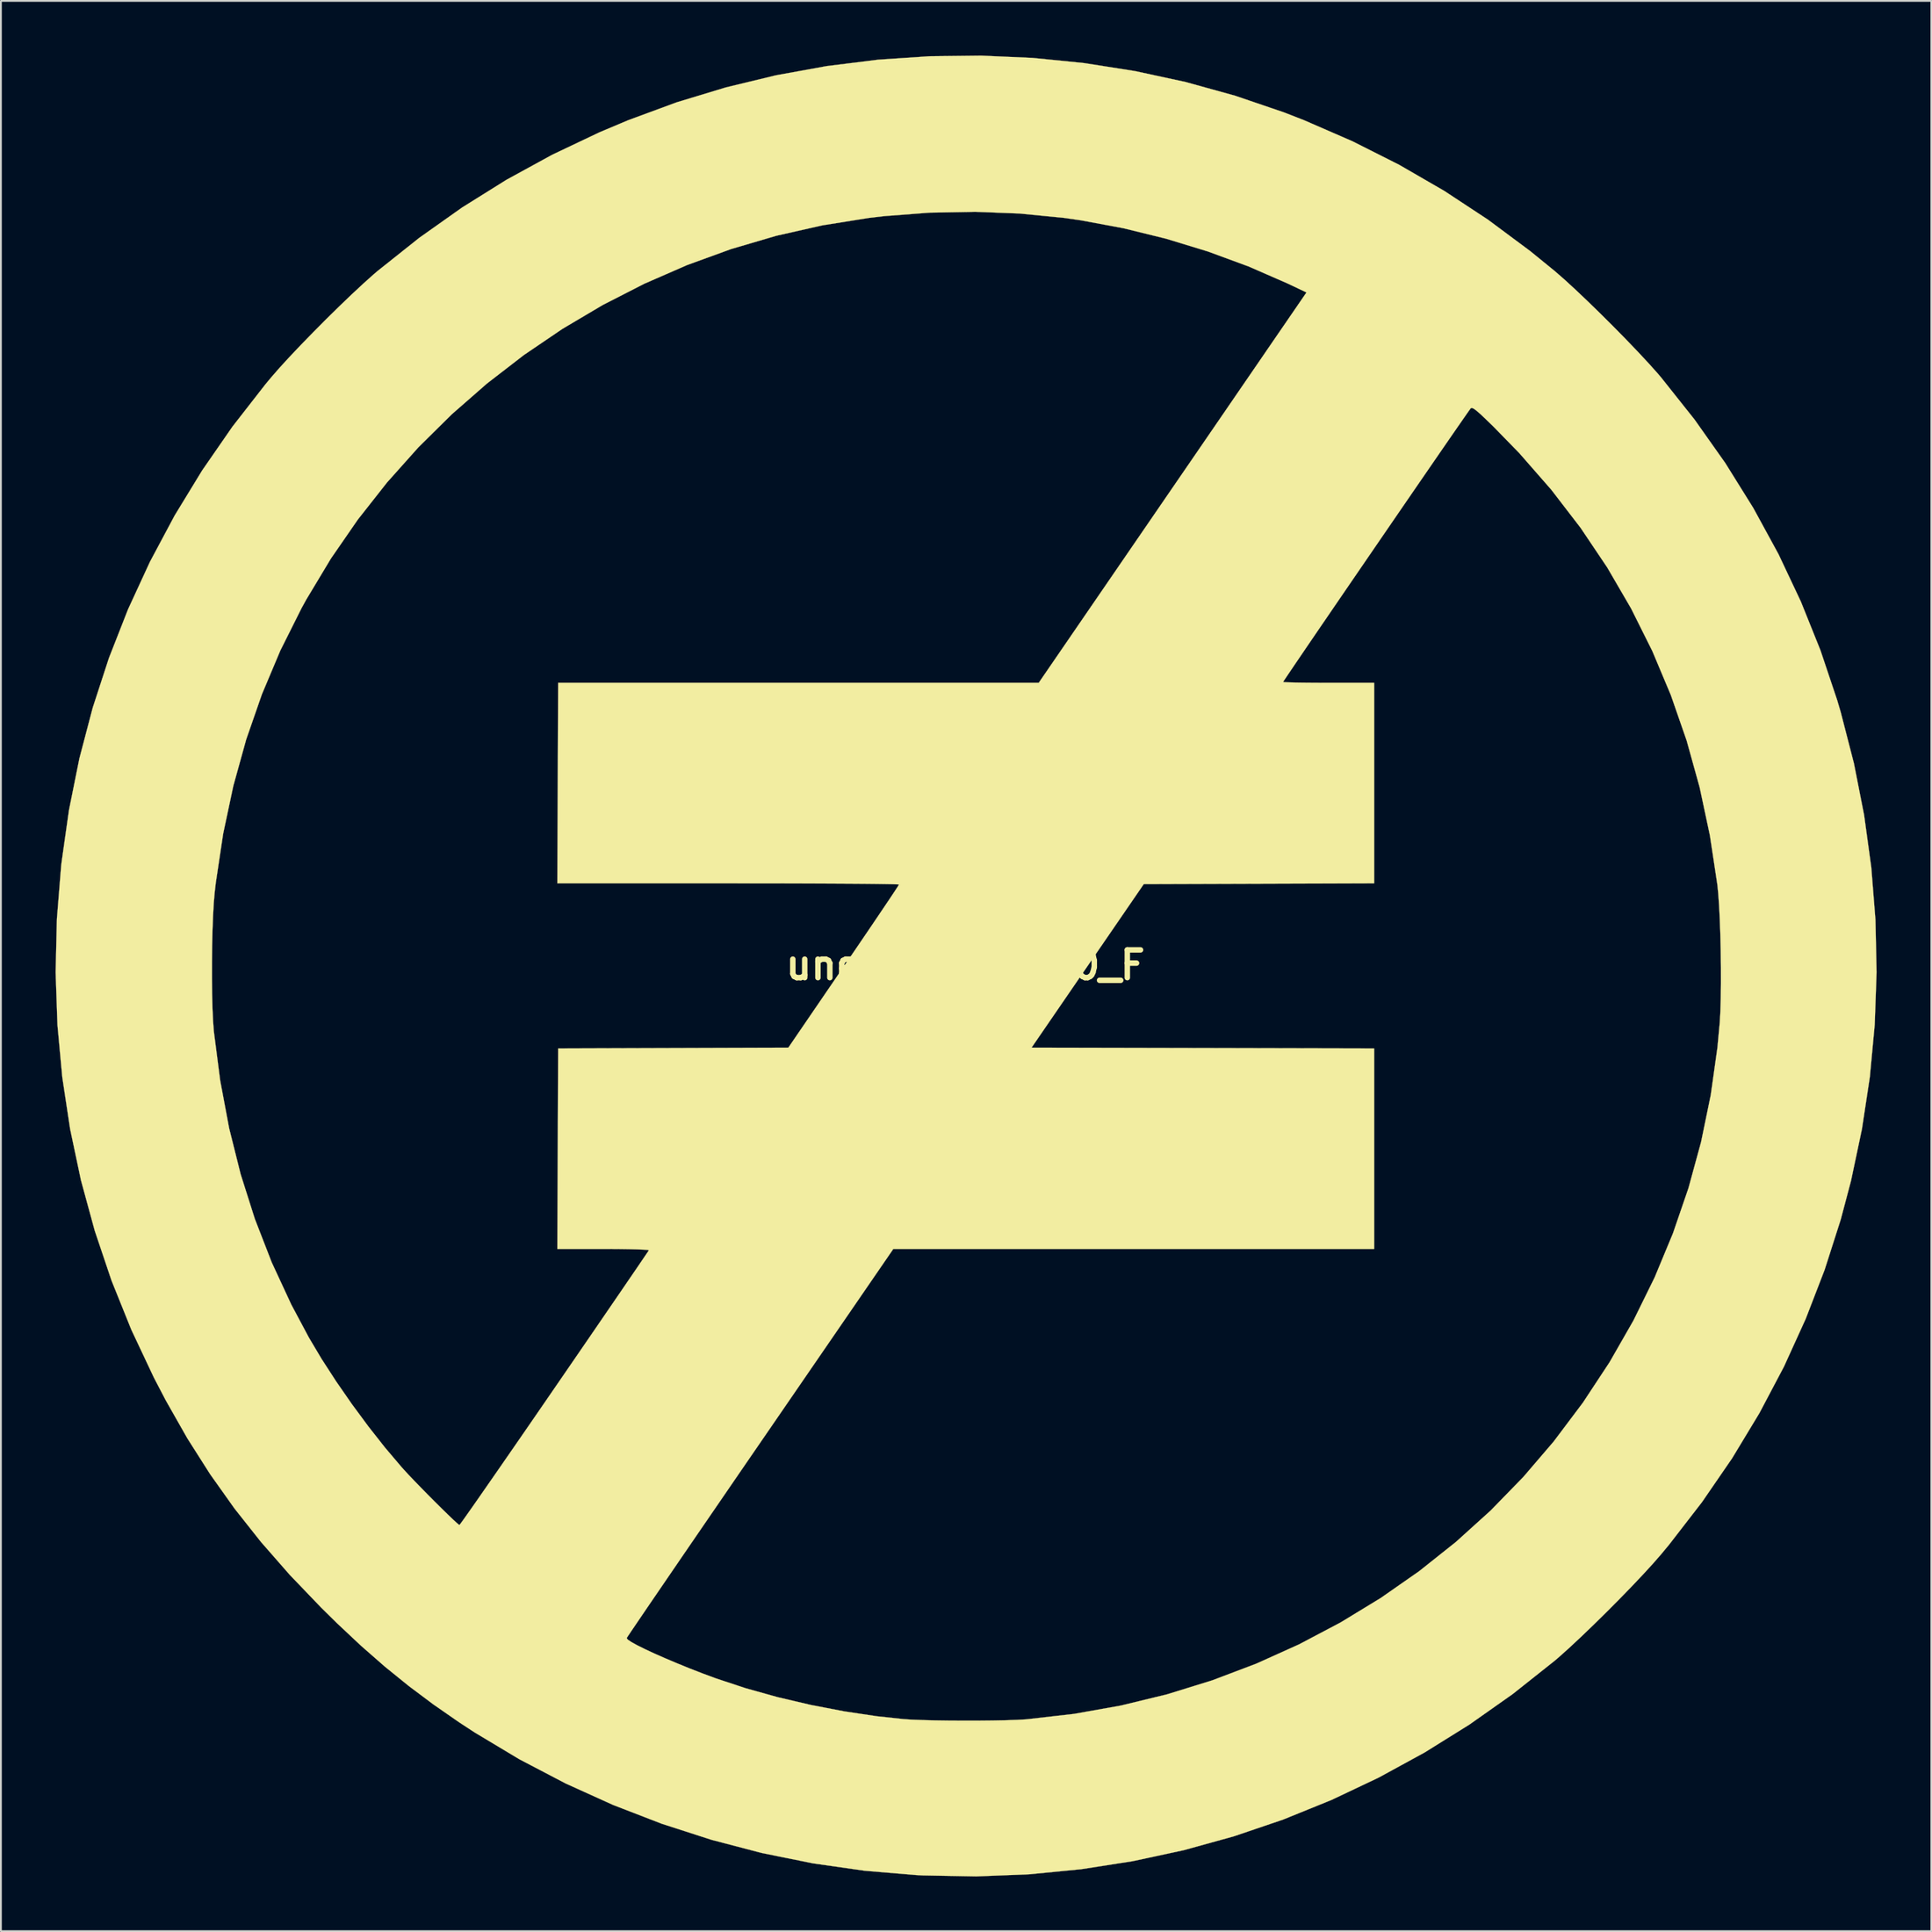
<source format=kicad_pcb>
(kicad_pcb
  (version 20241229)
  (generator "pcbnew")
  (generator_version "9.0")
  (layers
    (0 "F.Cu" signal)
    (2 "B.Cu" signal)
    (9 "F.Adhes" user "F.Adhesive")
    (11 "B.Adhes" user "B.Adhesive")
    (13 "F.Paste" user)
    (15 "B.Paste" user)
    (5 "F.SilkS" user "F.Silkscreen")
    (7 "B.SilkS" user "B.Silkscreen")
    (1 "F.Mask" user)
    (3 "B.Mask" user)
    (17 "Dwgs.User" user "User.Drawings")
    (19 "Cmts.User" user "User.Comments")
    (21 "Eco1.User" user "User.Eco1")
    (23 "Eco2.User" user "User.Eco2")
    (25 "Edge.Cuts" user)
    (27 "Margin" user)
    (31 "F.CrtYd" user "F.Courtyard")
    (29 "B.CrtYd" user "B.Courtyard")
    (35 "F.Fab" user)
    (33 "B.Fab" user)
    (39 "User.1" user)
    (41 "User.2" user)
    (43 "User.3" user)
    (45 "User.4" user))
  (footprint "unequal_10x10_F"
    (layer "F.Cu")
    (at 49.937 49.923)
    (property "Reference" "unequal_10x10_F" (at 0 0 0) (layer "F.SilkS") (effects (font (size 1.524 1.524) (thickness 0.3))))
    (attr through_hole)
    (fp_poly (pts (xy 3.698 -49.793) (xy 6.516 -49.511) (xy 9.313 -49.071) (xy 12.079 -48.473) (xy 14.806 -47.718) (xy 17.484 -46.805) (xy 18.584 -46.377) (xy 21.248 -45.218) (xy 23.812 -43.926) (xy 26.286 -42.495) (xy 28.68 -40.919) (xy 31.003 -39.192) (xy 32.343 -38.101) (xy 32.86 -37.651) (xy 33.463 -37.098) (xy 34.128 -36.468) (xy 34.829 -35.786) (xy 35.54 -35.079) (xy 36.237 -34.37) (xy 36.894 -33.685) (xy 37.487 -33.049) (xy 37.989 -32.489) (xy 38.186 -32.258) (xy 40.025 -29.943) (xy 41.713 -27.554) (xy 43.248 -25.091) (xy 44.631 -22.557) (xy 45.86 -19.952) (xy 46.935 -17.278) (xy 47.855 -14.535) (xy 48.047 -13.885) (xy 48.772 -11.073) (xy 49.331 -8.232) (xy 49.724 -5.369) (xy 49.953 -2.493) (xy 50.015 0.39) (xy 49.913 3.273) (xy 49.645 6.146) (xy 49.211 9.004) (xy 48.612 11.839) (xy 48.047 13.97) (xy 47.163 16.729) (xy 46.124 19.419) (xy 44.931 22.04) (xy 43.584 24.591) (xy 42.085 27.071) (xy 40.432 29.477) (xy 38.629 31.809) (xy 38.186 32.343) (xy 37.735 32.86) (xy 37.182 33.463) (xy 36.553 34.128) (xy 35.871 34.829) (xy 35.163 35.54) (xy 34.454 36.237) (xy 33.77 36.894) (xy 33.134 37.487) (xy 32.573 37.989) (xy 32.343 38.186) (xy 30.044 40.01) (xy 27.664 41.688) (xy 25.208 43.218) (xy 22.682 44.598) (xy 20.091 45.826) (xy 17.44 46.901) (xy 14.735 47.82) (xy 11.982 48.582) (xy 9.187 49.184) (xy 6.354 49.626) (xy 3.489 49.905) (xy 0.598 50.019) (xy -2.314 49.966) (xy -2.697 49.947) (xy -5.534 49.708) (xy -8.36 49.304) (xy -11.163 48.738) (xy -13.934 48.012) (xy -16.661 47.131) (xy -19.334 46.099) (xy -21.942 44.918) (xy -24.476 43.592) (xy -26.925 42.124) (xy -27.771 41.571) (xy -29.197 40.582) (xy -30.548 39.57) (xy -31.858 38.509) (xy -33.159 37.37) (xy -33.62 36.938) (xy -18.589 36.938) (xy -18.533 37.021) (xy -18.336 37.155) (xy -18.015 37.332) (xy -17.587 37.545) (xy -17.069 37.786) (xy -16.479 38.046) (xy -15.834 38.319) (xy -15.152 38.597) (xy -14.449 38.871) (xy -13.742 39.133) (xy -13.699 39.149) (xy -12.062 39.691) (xy -10.31 40.181) (xy -8.489 40.608) (xy -6.649 40.962) (xy -4.836 41.233) (xy -3.387 41.388) (xy -2.931 41.417) (xy -2.34 41.44) (xy -1.647 41.457) (xy -0.884 41.468) (xy -0.085 41.472) (xy 0.717 41.471) (xy 1.489 41.463) (xy 2.197 41.45) (xy 2.809 41.43) (xy 3.29 41.403) (xy 3.361 41.398) (xy 5.97 41.1) (xy 8.542 40.642) (xy 11.071 40.027) (xy 13.549 39.26) (xy 15.967 38.344) (xy 18.32 37.283) (xy 20.599 36.08) (xy 22.797 34.741) (xy 24.907 33.269) (xy 26.921 31.667) (xy 28.831 29.941) (xy 30.63 28.092) (xy 32.291 26.153) (xy 33.899 24.015) (xy 35.361 21.797) (xy 36.673 19.505) (xy 37.834 17.144) (xy 38.84 14.722) (xy 39.691 12.242) (xy 40.383 9.712) (xy 40.914 7.136) (xy 41.282 4.522) (xy 41.41 3.133) (xy 41.443 2.535) (xy 41.464 1.813) (xy 41.474 0.999) (xy 41.473 0.129) (xy 41.462 -0.767) (xy 41.441 -1.655) (xy 41.41 -2.501) (xy 41.372 -3.273) (xy 41.325 -3.938) (xy 41.279 -4.403) (xy 40.868 -7.117) (xy 40.305 -9.758) (xy 39.591 -12.326) (xy 38.725 -14.818) (xy 37.71 -17.233) (xy 36.545 -19.57) (xy 35.232 -21.826) (xy 33.771 -24) (xy 32.163 -26.092) (xy 30.409 -28.098) (xy 29.003 -29.541) (xy 28.593 -29.939) (xy 28.286 -30.23) (xy 28.063 -30.425) (xy 27.911 -30.538) (xy 27.811 -30.581) (xy 27.748 -30.569) (xy 27.735 -30.557) (xy 27.671 -30.47) (xy 27.519 -30.255) (xy 27.289 -29.924) (xy 26.986 -29.488) (xy 26.619 -28.957) (xy 26.196 -28.344) (xy 25.723 -27.657) (xy 25.209 -26.91) (xy 24.661 -26.113) (xy 24.086 -25.276) (xy 23.493 -24.412) (xy 22.888 -23.53) (xy 22.28 -22.643) (xy 21.675 -21.76) (xy 21.082 -20.894) (xy 20.507 -20.054) (xy 19.96 -19.253) (xy 19.446 -18.502) (xy 18.974 -17.81) (xy 18.552 -17.19) (xy 18.186 -16.652) (xy 17.885 -16.207) (xy 17.655 -15.867) (xy 17.505 -15.643) (xy 17.443 -15.545) (xy 17.441 -15.541) (xy 17.523 -15.529) (xy 17.752 -15.518) (xy 18.109 -15.509) (xy 18.573 -15.502) (xy 19.123 -15.497) (xy 19.738 -15.494) (xy 19.939 -15.494) (xy 22.437 -15.494) (xy 22.437 -4.488) (xy 9.792 -4.445) (xy 6.713 0.042) (xy 3.634 4.53) (xy 13.035 4.551) (xy 22.437 4.573) (xy 22.437 15.579) (xy -3.954 15.579) (xy -11.248 26.198) (xy -12.078 27.405) (xy -12.881 28.576) (xy -13.653 29.702) (xy -14.389 30.775) (xy -15.083 31.788) (xy -15.73 32.733) (xy -16.324 33.603) (xy -16.861 34.389) (xy -17.336 35.084) (xy -17.742 35.681) (xy -18.075 36.171) (xy -18.33 36.547) (xy -18.501 36.802) (xy -18.582 36.927) (xy -18.589 36.938) (xy -33.62 36.938) (xy -34.485 36.126) (xy -35.353 35.271) (xy -37.081 33.469) (xy -38.66 31.665) (xy -40.111 29.832) (xy -41.452 27.944) (xy -42.704 25.974) (xy -43.885 23.895) (xy -44.536 22.648) (xy -45.78 20.008) (xy -46.864 17.318) (xy -47.785 14.583) (xy -48.543 11.807) (xy -49.138 8.995) (xy -49.568 6.151) (xy -49.833 3.28) (xy -49.921 0.728) (xy -41.355 0.728) (xy -41.345 1.586) (xy -41.324 2.377) (xy -41.293 3.067) (xy -41.252 3.622) (xy -41.25 3.641) (xy -40.901 6.341) (xy -40.411 8.953) (xy -39.778 11.481) (xy -38.999 13.934) (xy -38.073 16.318) (xy -36.996 18.64) (xy -36.032 20.447) (xy -35.336 21.617) (xy -34.538 22.849) (xy -33.671 24.1) (xy -32.765 25.327) (xy -31.851 26.488) (xy -30.959 27.539) (xy -30.829 27.685) (xy -30.576 27.96) (xy -30.261 28.291) (xy -29.903 28.661) (xy -29.522 29.05) (xy -29.135 29.439) (xy -28.762 29.809) (xy -28.422 30.142) (xy -28.135 30.417) (xy -27.918 30.617) (xy -27.792 30.723) (xy -27.77 30.734) (xy -27.715 30.666) (xy -27.57 30.467) (xy -27.343 30.146) (xy -27.038 29.713) (xy -26.663 29.176) (xy -26.224 28.544) (xy -25.726 27.827) (xy -25.177 27.034) (xy -24.582 26.173) (xy -23.947 25.253) (xy -23.28 24.284) (xy -22.586 23.274) (xy -22.555 23.229) (xy -21.859 22.216) (xy -21.191 21.243) (xy -20.556 20.317) (xy -19.961 19.449) (xy -19.412 18.647) (xy -18.914 17.92) (xy -18.475 17.277) (xy -18.1 16.729) (xy -17.796 16.282) (xy -17.569 15.948) (xy -17.425 15.735) (xy -17.371 15.651) (xy -17.371 15.651) (xy -17.445 15.633) (xy -17.668 15.616) (xy -18.019 15.602) (xy -18.478 15.591) (xy -19.025 15.583) (xy -19.639 15.579) (xy -19.868 15.579) (xy -22.394 15.579) (xy -22.372 10.076) (xy -22.35 4.573) (xy -9.715 4.53) (xy -6.678 0.086) (xy -6.148 -0.69) (xy -5.648 -1.425) (xy -5.185 -2.107) (xy -4.768 -2.724) (xy -4.404 -3.264) (xy -4.101 -3.715) (xy -3.869 -4.065) (xy -3.713 -4.303) (xy -3.644 -4.416) (xy -3.641 -4.423) (xy -3.724 -4.431) (xy -3.965 -4.44) (xy -4.354 -4.447) (xy -4.88 -4.455) (xy -5.533 -4.462) (xy -6.301 -4.468) (xy -7.174 -4.473) (xy -8.14 -4.478) (xy -9.19 -4.482) (xy -10.312 -4.485) (xy -11.496 -4.486) (xy -12.731 -4.487) (xy -13.018 -4.487) (xy -22.394 -4.487) (xy -22.372 -9.991) (xy -22.35 -15.494) (xy 4.028 -15.494) (xy 10.544 -24.994) (xy 11.343 -26.159) (xy 12.127 -27.301) (xy 12.888 -28.41) (xy 13.62 -29.478) (xy 14.317 -30.494) (xy 14.972 -31.45) (xy 15.579 -32.335) (xy 16.132 -33.141) (xy 16.623 -33.858) (xy 17.047 -34.476) (xy 17.397 -34.986) (xy 17.667 -35.379) (xy 17.849 -35.645) (xy 17.892 -35.707) (xy 18.724 -36.921) (xy 17.68 -37.416) (xy 15.548 -38.347) (xy 13.312 -39.17) (xy 11.008 -39.873) (xy 8.671 -40.447) (xy 6.335 -40.882) (xy 5.401 -41.015) (xy 2.987 -41.253) (xy 0.518 -41.348) (xy -1.973 -41.301) (xy -4.451 -41.111) (xy -5.292 -41.013) (xy -7.859 -40.602) (xy -10.383 -40.031) (xy -12.856 -39.304) (xy -15.272 -38.425) (xy -17.624 -37.399) (xy -19.906 -36.231) (xy -22.11 -34.926) (xy -24.231 -33.487) (xy -26.262 -31.919) (xy -28.195 -30.228) (xy -30.025 -28.417) (xy -31.744 -26.491) (xy -33.347 -24.454) (xy -34.826 -22.312) (xy -36.174 -20.069) (xy -36.437 -19.591) (xy -37.6 -17.267) (xy -38.611 -14.867) (xy -39.472 -12.391) (xy -40.18 -9.84) (xy -40.738 -7.213) (xy -41.144 -4.51) (xy -41.205 -3.979) (xy -41.254 -3.414) (xy -41.293 -2.717) (xy -41.323 -1.92) (xy -41.344 -1.059) (xy -41.354 -0.165) (xy -41.355 0.728) (xy -49.921 0.728) (xy -49.932 0.388) (xy -49.864 -2.523) (xy -49.629 -5.446) (xy -49.609 -5.626) (xy -49.2 -8.508) (xy -48.629 -11.343) (xy -47.897 -14.127) (xy -47.007 -16.856) (xy -45.959 -19.527) (xy -44.756 -22.136) (xy -43.399 -24.679) (xy -41.889 -27.153) (xy -40.229 -29.553) (xy -38.42 -31.875) (xy -38.101 -32.258) (xy -37.651 -32.775) (xy -37.098 -33.379) (xy -36.468 -34.044) (xy -35.786 -34.744) (xy -35.079 -35.456) (xy -34.37 -36.153) (xy -33.685 -36.81) (xy -33.049 -37.402) (xy -32.489 -37.904) (xy -32.258 -38.101) (xy -29.972 -39.92) (xy -27.621 -41.584) (xy -25.195 -43.1) (xy -22.685 -44.474) (xy -20.081 -45.711) (xy -18.5 -46.377) (xy -15.845 -47.356) (xy -13.137 -48.177) (xy -10.386 -48.841) (xy -7.6 -49.346) (xy -4.79 -49.695) (xy -1.964 -49.885) (xy 0.868 -49.918) (xy 3.698 -49.793)) (stroke (width 0.01) (type solid)) (fill yes) (layer "F.SilkS")))
  (gr_rect
    (start -3 -3)
    (end 102.958 102.947)
    (stroke (width 0.1) (type default))
    (fill no)
    (layer "Edge.Cuts")))
</source>
